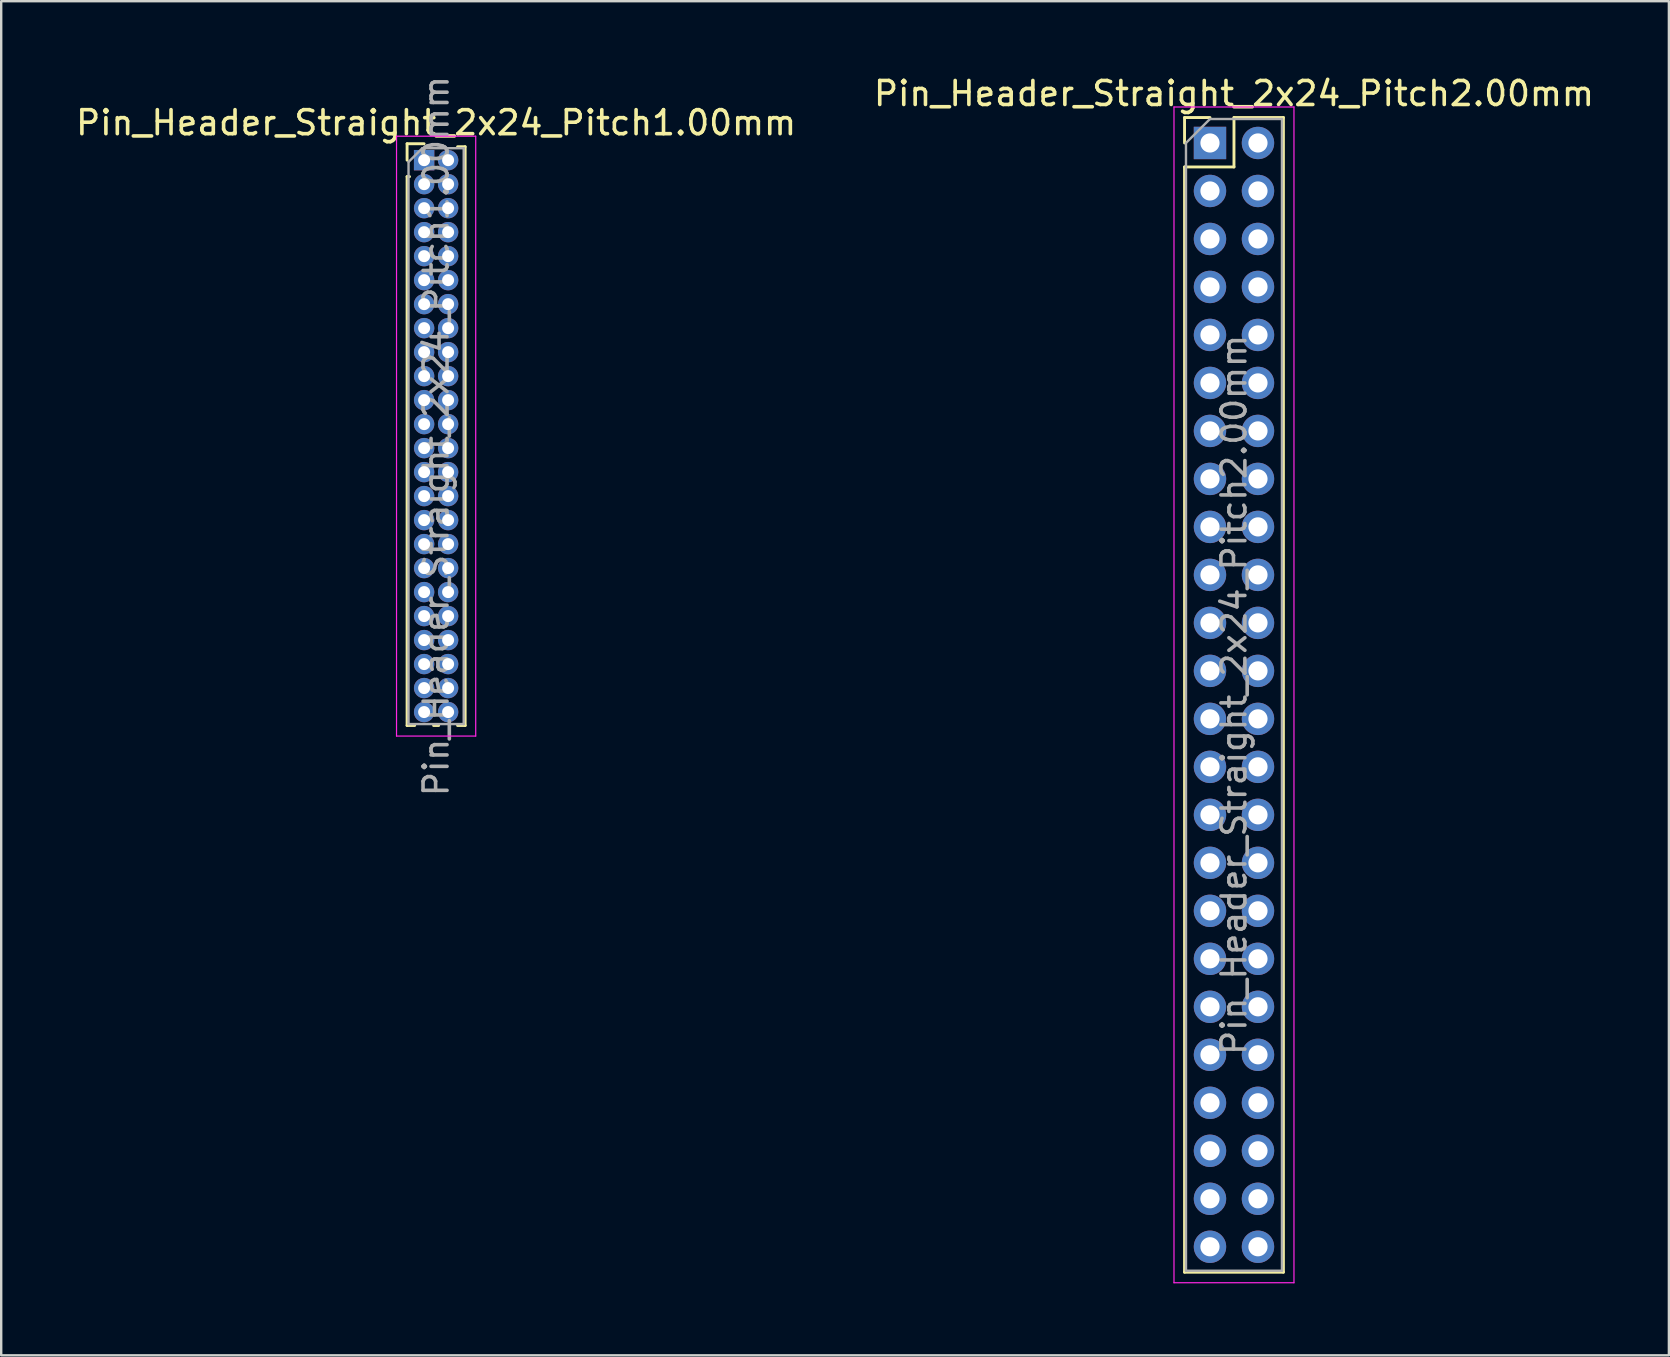
<source format=kicad_pcb>
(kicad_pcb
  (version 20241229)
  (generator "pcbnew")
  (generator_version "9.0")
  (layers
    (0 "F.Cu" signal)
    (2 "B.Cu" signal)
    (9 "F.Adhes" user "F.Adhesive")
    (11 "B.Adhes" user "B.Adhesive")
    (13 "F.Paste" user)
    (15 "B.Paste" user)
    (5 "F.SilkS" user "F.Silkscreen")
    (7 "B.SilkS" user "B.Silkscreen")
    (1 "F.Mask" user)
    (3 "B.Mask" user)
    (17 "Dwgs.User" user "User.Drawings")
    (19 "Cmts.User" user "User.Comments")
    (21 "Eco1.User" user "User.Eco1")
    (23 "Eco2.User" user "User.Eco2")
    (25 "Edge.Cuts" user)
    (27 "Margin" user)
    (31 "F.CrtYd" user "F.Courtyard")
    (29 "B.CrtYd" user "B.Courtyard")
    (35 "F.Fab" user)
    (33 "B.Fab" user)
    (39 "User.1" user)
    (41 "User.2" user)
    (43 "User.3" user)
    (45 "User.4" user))
  (footprint "Pin_Header_Straight_2x24_Pitch2.00mm"
    (layer "F.Cu")
    (at 47.375 2.908)
    (property "Reference" "Pin_Header_Straight_2x24_Pitch2.00mm" (at 1 -2.06 0) (layer "F.SilkS") (effects (font (size 1 1) (thickness 0.15))))
    (attr through_hole)
    (fp_line (start -1.06 -1.06) (end 0 -1.06) (stroke (width 0.12) (type solid)) (layer "F.SilkS"))
    (fp_line (start -1.06 0) (end -1.06 -1.06) (stroke (width 0.12) (type solid)) (layer "F.SilkS"))
    (fp_line (start -1.06 1) (end -1.06 47.06) (stroke (width 0.12) (type solid)) (layer "F.SilkS"))
    (fp_line (start -1.06 1) (end 1 1) (stroke (width 0.12) (type solid)) (layer "F.SilkS"))
    (fp_line (start -1.06 47.06) (end 3.06 47.06) (stroke (width 0.12) (type solid)) (layer "F.SilkS"))
    (fp_line (start 1 -1.06) (end 3.06 -1.06) (stroke (width 0.12) (type solid)) (layer "F.SilkS"))
    (fp_line (start 1 1) (end 1 -1.06) (stroke (width 0.12) (type solid)) (layer "F.SilkS"))
    (fp_line (start 3.06 -1.06) (end 3.06 47.06) (stroke (width 0.12) (type solid)) (layer "F.SilkS"))
    (fp_line (start -1.5 -1.5) (end -1.5 47.5) (stroke (width 0.05) (type solid)) (layer "F.CrtYd"))
    (fp_line (start -1.5 47.5) (end 3.5 47.5) (stroke (width 0.05) (type solid)) (layer "F.CrtYd"))
    (fp_line (start 3.5 -1.5) (end -1.5 -1.5) (stroke (width 0.05) (type solid)) (layer "F.CrtYd"))
    (fp_line (start 3.5 47.5) (end 3.5 -1.5) (stroke (width 0.05) (type solid)) (layer "F.CrtYd"))
    (fp_line (start -1 0) (end 0 -1) (stroke (width 0.1) (type solid)) (layer "F.Fab"))
    (fp_line (start -1 47) (end -1 0) (stroke (width 0.1) (type solid)) (layer "F.Fab"))
    (fp_line (start 0 -1) (end 3 -1) (stroke (width 0.1) (type solid)) (layer "F.Fab"))
    (fp_line (start 3 -1) (end 3 47) (stroke (width 0.1) (type solid)) (layer "F.Fab"))
    (fp_line (start 3 47) (end -1 47) (stroke (width 0.1) (type solid)) (layer "F.Fab"))
    (fp_text user "${REFERENCE}" (at 1 23 90) (layer "F.Fab") (effects (font (size 1 1) (thickness 0.15))))
    (pad "1" thru_hole rect (at 0 0) (size 1.35 1.35) (drill 0.8) (layers "*.Cu" "*.Mask"))
    (pad "2" thru_hole oval (at 2 0) (size 1.35 1.35) (drill 0.8) (layers "*.Cu" "*.Mask"))
    (pad "3" thru_hole oval (at 0 2) (size 1.35 1.35) (drill 0.8) (layers "*.Cu" "*.Mask"))
    (pad "4" thru_hole oval (at 2 2) (size 1.35 1.35) (drill 0.8) (layers "*.Cu" "*.Mask"))
    (pad "5" thru_hole oval (at 0 4) (size 1.35 1.35) (drill 0.8) (layers "*.Cu" "*.Mask"))
    (pad "6" thru_hole oval (at 2 4) (size 1.35 1.35) (drill 0.8) (layers "*.Cu" "*.Mask"))
    (pad "7" thru_hole oval (at 0 6) (size 1.35 1.35) (drill 0.8) (layers "*.Cu" "*.Mask"))
    (pad "8" thru_hole oval (at 2 6) (size 1.35 1.35) (drill 0.8) (layers "*.Cu" "*.Mask"))
    (pad "9" thru_hole oval (at 0 8) (size 1.35 1.35) (drill 0.8) (layers "*.Cu" "*.Mask"))
    (pad "10" thru_hole oval (at 2 8) (size 1.35 1.35) (drill 0.8) (layers "*.Cu" "*.Mask"))
    (pad "11" thru_hole oval (at 0 10) (size 1.35 1.35) (drill 0.8) (layers "*.Cu" "*.Mask"))
    (pad "12" thru_hole oval (at 2 10) (size 1.35 1.35) (drill 0.8) (layers "*.Cu" "*.Mask"))
    (pad "13" thru_hole oval (at 0 12) (size 1.35 1.35) (drill 0.8) (layers "*.Cu" "*.Mask"))
    (pad "14" thru_hole oval (at 2 12) (size 1.35 1.35) (drill 0.8) (layers "*.Cu" "*.Mask"))
    (pad "15" thru_hole oval (at 0 14) (size 1.35 1.35) (drill 0.8) (layers "*.Cu" "*.Mask"))
    (pad "16" thru_hole oval (at 2 14) (size 1.35 1.35) (drill 0.8) (layers "*.Cu" "*.Mask"))
    (pad "17" thru_hole oval (at 0 16) (size 1.35 1.35) (drill 0.8) (layers "*.Cu" "*.Mask"))
    (pad "18" thru_hole oval (at 2 16) (size 1.35 1.35) (drill 0.8) (layers "*.Cu" "*.Mask"))
    (pad "19" thru_hole oval (at 0 18) (size 1.35 1.35) (drill 0.8) (layers "*.Cu" "*.Mask"))
    (pad "20" thru_hole oval (at 2 18) (size 1.35 1.35) (drill 0.8) (layers "*.Cu" "*.Mask"))
    (pad "21" thru_hole oval (at 0 20) (size 1.35 1.35) (drill 0.8) (layers "*.Cu" "*.Mask"))
    (pad "22" thru_hole oval (at 2 20) (size 1.35 1.35) (drill 0.8) (layers "*.Cu" "*.Mask"))
    (pad "23" thru_hole oval (at 0 22) (size 1.35 1.35) (drill 0.8) (layers "*.Cu" "*.Mask"))
    (pad "24" thru_hole oval (at 2 22) (size 1.35 1.35) (drill 0.8) (layers "*.Cu" "*.Mask"))
    (pad "25" thru_hole oval (at 0 24) (size 1.35 1.35) (drill 0.8) (layers "*.Cu" "*.Mask"))
    (pad "26" thru_hole oval (at 2 24) (size 1.35 1.35) (drill 0.8) (layers "*.Cu" "*.Mask"))
    (pad "27" thru_hole oval (at 0 26) (size 1.35 1.35) (drill 0.8) (layers "*.Cu" "*.Mask"))
    (pad "28" thru_hole oval (at 2 26) (size 1.35 1.35) (drill 0.8) (layers "*.Cu" "*.Mask"))
    (pad "29" thru_hole oval (at 0 28) (size 1.35 1.35) (drill 0.8) (layers "*.Cu" "*.Mask"))
    (pad "30" thru_hole oval (at 2 28) (size 1.35 1.35) (drill 0.8) (layers "*.Cu" "*.Mask"))
    (pad "31" thru_hole oval (at 0 30) (size 1.35 1.35) (drill 0.8) (layers "*.Cu" "*.Mask"))
    (pad "32" thru_hole oval (at 2 30) (size 1.35 1.35) (drill 0.8) (layers "*.Cu" "*.Mask"))
    (pad "33" thru_hole oval (at 0 32) (size 1.35 1.35) (drill 0.8) (layers "*.Cu" "*.Mask"))
    (pad "34" thru_hole oval (at 2 32) (size 1.35 1.35) (drill 0.8) (layers "*.Cu" "*.Mask"))
    (pad "35" thru_hole oval (at 0 34) (size 1.35 1.35) (drill 0.8) (layers "*.Cu" "*.Mask"))
    (pad "36" thru_hole oval (at 2 34) (size 1.35 1.35) (drill 0.8) (layers "*.Cu" "*.Mask"))
    (pad "37" thru_hole oval (at 0 36) (size 1.35 1.35) (drill 0.8) (layers "*.Cu" "*.Mask"))
    (pad "38" thru_hole oval (at 2 36) (size 1.35 1.35) (drill 0.8) (layers "*.Cu" "*.Mask"))
    (pad "39" thru_hole oval (at 0 38) (size 1.35 1.35) (drill 0.8) (layers "*.Cu" "*.Mask"))
    (pad "40" thru_hole oval (at 2 38) (size 1.35 1.35) (drill 0.8) (layers "*.Cu" "*.Mask"))
    (pad "41" thru_hole oval (at 0 40) (size 1.35 1.35) (drill 0.8) (layers "*.Cu" "*.Mask"))
    (pad "42" thru_hole oval (at 2 40) (size 1.35 1.35) (drill 0.8) (layers "*.Cu" "*.Mask"))
    (pad "43" thru_hole oval (at 0 42) (size 1.35 1.35) (drill 0.8) (layers "*.Cu" "*.Mask"))
    (pad "44" thru_hole oval (at 2 42) (size 1.35 1.35) (drill 0.8) (layers "*.Cu" "*.Mask"))
    (pad "45" thru_hole oval (at 0 44) (size 1.35 1.35) (drill 0.8) (layers "*.Cu" "*.Mask"))
    (pad "46" thru_hole oval (at 2 44) (size 1.35 1.35) (drill 0.8) (layers "*.Cu" "*.Mask"))
    (pad "47" thru_hole oval (at 0 46) (size 1.35 1.35) (drill 0.8) (layers "*.Cu" "*.Mask"))
    (pad "48" thru_hole oval (at 2 46) (size 1.35 1.35) (drill 0.8) (layers "*.Cu" "*.Mask")))
  (footprint "Pin_Header_Straight_2x24_Pitch1.00mm"
    (layer "F.Cu")
    (at 14.625 3.625)
    (property "Reference" "Pin_Header_Straight_2x24_Pitch1.00mm" (at 0.5 -1.56 0) (layer "F.SilkS") (effects (font (size 1 1) (thickness 0.15))))
    (attr through_hole)
    (fp_line (start -0.71 -0.685) (end 0 -0.685) (stroke (width 0.12) (type solid)) (layer "F.SilkS"))
    (fp_line (start -0.71 0) (end -0.71 -0.685) (stroke (width 0.12) (type solid)) (layer "F.SilkS"))
    (fp_line (start -0.71 0.685) (end -0.71 23.56) (stroke (width 0.12) (type solid)) (layer "F.SilkS"))
    (fp_line (start -0.71 0.685) (end -0.608 0.685) (stroke (width 0.12) (type solid)) (layer "F.SilkS"))
    (fp_line (start -0.71 23.56) (end -0.394 23.56) (stroke (width 0.12) (type solid)) (layer "F.SilkS"))
    (fp_line (start 0.394 23.56) (end 0.606 23.56) (stroke (width 0.12) (type solid)) (layer "F.SilkS"))
    (fp_line (start 1.394 -0.56) (end 1.71 -0.56) (stroke (width 0.12) (type solid)) (layer "F.SilkS"))
    (fp_line (start 1.394 23.56) (end 1.71 23.56) (stroke (width 0.12) (type solid)) (layer "F.SilkS"))
    (fp_line (start 1.71 -0.56) (end 1.71 23.56) (stroke (width 0.12) (type solid)) (layer "F.SilkS"))
    (fp_line (start -1.15 -1) (end -1.15 24) (stroke (width 0.05) (type solid)) (layer "F.CrtYd"))
    (fp_line (start -1.15 24) (end 2.15 24) (stroke (width 0.05) (type solid)) (layer "F.CrtYd"))
    (fp_line (start 2.15 -1) (end -1.15 -1) (stroke (width 0.05) (type solid)) (layer "F.CrtYd"))
    (fp_line (start 2.15 24) (end 2.15 -1) (stroke (width 0.05) (type solid)) (layer "F.CrtYd"))
    (fp_line (start -0.65 0.075) (end -0.075 -0.5) (stroke (width 0.1) (type solid)) (layer "F.Fab"))
    (fp_line (start -0.65 23.5) (end -0.65 0.075) (stroke (width 0.1) (type solid)) (layer "F.Fab"))
    (fp_line (start -0.075 -0.5) (end 1.65 -0.5) (stroke (width 0.1) (type solid)) (layer "F.Fab"))
    (fp_line (start 1.65 -0.5) (end 1.65 23.5) (stroke (width 0.1) (type solid)) (layer "F.Fab"))
    (fp_line (start 1.65 23.5) (end -0.65 23.5) (stroke (width 0.1) (type solid)) (layer "F.Fab"))
    (fp_text user "${REFERENCE}" (at 0.5 11.5 90) (layer "F.Fab") (effects (font (size 1 1) (thickness 0.15))))
    (pad "1" thru_hole rect (at 0 0) (size 0.85 0.85) (drill 0.5) (layers "*.Cu" "*.Mask"))
    (pad "2" thru_hole oval (at 1 0) (size 0.85 0.85) (drill 0.5) (layers "*.Cu" "*.Mask"))
    (pad "3" thru_hole oval (at 0 1) (size 0.85 0.85) (drill 0.5) (layers "*.Cu" "*.Mask"))
    (pad "4" thru_hole oval (at 1 1) (size 0.85 0.85) (drill 0.5) (layers "*.Cu" "*.Mask"))
    (pad "5" thru_hole oval (at 0 2) (size 0.85 0.85) (drill 0.5) (layers "*.Cu" "*.Mask"))
    (pad "6" thru_hole oval (at 1 2) (size 0.85 0.85) (drill 0.5) (layers "*.Cu" "*.Mask"))
    (pad "7" thru_hole oval (at 0 3) (size 0.85 0.85) (drill 0.5) (layers "*.Cu" "*.Mask"))
    (pad "8" thru_hole oval (at 1 3) (size 0.85 0.85) (drill 0.5) (layers "*.Cu" "*.Mask"))
    (pad "9" thru_hole oval (at 0 4) (size 0.85 0.85) (drill 0.5) (layers "*.Cu" "*.Mask"))
    (pad "10" thru_hole oval (at 1 4) (size 0.85 0.85) (drill 0.5) (layers "*.Cu" "*.Mask"))
    (pad "11" thru_hole oval (at 0 5) (size 0.85 0.85) (drill 0.5) (layers "*.Cu" "*.Mask"))
    (pad "12" thru_hole oval (at 1 5) (size 0.85 0.85) (drill 0.5) (layers "*.Cu" "*.Mask"))
    (pad "13" thru_hole oval (at 0 6) (size 0.85 0.85) (drill 0.5) (layers "*.Cu" "*.Mask"))
    (pad "14" thru_hole oval (at 1 6) (size 0.85 0.85) (drill 0.5) (layers "*.Cu" "*.Mask"))
    (pad "15" thru_hole oval (at 0 7) (size 0.85 0.85) (drill 0.5) (layers "*.Cu" "*.Mask"))
    (pad "16" thru_hole oval (at 1 7) (size 0.85 0.85) (drill 0.5) (layers "*.Cu" "*.Mask"))
    (pad "17" thru_hole oval (at 0 8) (size 0.85 0.85) (drill 0.5) (layers "*.Cu" "*.Mask"))
    (pad "18" thru_hole oval (at 1 8) (size 0.85 0.85) (drill 0.5) (layers "*.Cu" "*.Mask"))
    (pad "19" thru_hole oval (at 0 9) (size 0.85 0.85) (drill 0.5) (layers "*.Cu" "*.Mask"))
    (pad "20" thru_hole oval (at 1 9) (size 0.85 0.85) (drill 0.5) (layers "*.Cu" "*.Mask"))
    (pad "21" thru_hole oval (at 0 10) (size 0.85 0.85) (drill 0.5) (layers "*.Cu" "*.Mask"))
    (pad "22" thru_hole oval (at 1 10) (size 0.85 0.85) (drill 0.5) (layers "*.Cu" "*.Mask"))
    (pad "23" thru_hole oval (at 0 11) (size 0.85 0.85) (drill 0.5) (layers "*.Cu" "*.Mask"))
    (pad "24" thru_hole oval (at 1 11) (size 0.85 0.85) (drill 0.5) (layers "*.Cu" "*.Mask"))
    (pad "25" thru_hole oval (at 0 12) (size 0.85 0.85) (drill 0.5) (layers "*.Cu" "*.Mask"))
    (pad "26" thru_hole oval (at 1 12) (size 0.85 0.85) (drill 0.5) (layers "*.Cu" "*.Mask"))
    (pad "27" thru_hole oval (at 0 13) (size 0.85 0.85) (drill 0.5) (layers "*.Cu" "*.Mask"))
    (pad "28" thru_hole oval (at 1 13) (size 0.85 0.85) (drill 0.5) (layers "*.Cu" "*.Mask"))
    (pad "29" thru_hole oval (at 0 14) (size 0.85 0.85) (drill 0.5) (layers "*.Cu" "*.Mask"))
    (pad "30" thru_hole oval (at 1 14) (size 0.85 0.85) (drill 0.5) (layers "*.Cu" "*.Mask"))
    (pad "31" thru_hole oval (at 0 15) (size 0.85 0.85) (drill 0.5) (layers "*.Cu" "*.Mask"))
    (pad "32" thru_hole oval (at 1 15) (size 0.85 0.85) (drill 0.5) (layers "*.Cu" "*.Mask"))
    (pad "33" thru_hole oval (at 0 16) (size 0.85 0.85) (drill 0.5) (layers "*.Cu" "*.Mask"))
    (pad "34" thru_hole oval (at 1 16) (size 0.85 0.85) (drill 0.5) (layers "*.Cu" "*.Mask"))
    (pad "35" thru_hole oval (at 0 17) (size 0.85 0.85) (drill 0.5) (layers "*.Cu" "*.Mask"))
    (pad "36" thru_hole oval (at 1 17) (size 0.85 0.85) (drill 0.5) (layers "*.Cu" "*.Mask"))
    (pad "37" thru_hole oval (at 0 18) (size 0.85 0.85) (drill 0.5) (layers "*.Cu" "*.Mask"))
    (pad "38" thru_hole oval (at 1 18) (size 0.85 0.85) (drill 0.5) (layers "*.Cu" "*.Mask"))
    (pad "39" thru_hole oval (at 0 19) (size 0.85 0.85) (drill 0.5) (layers "*.Cu" "*.Mask"))
    (pad "40" thru_hole oval (at 1 19) (size 0.85 0.85) (drill 0.5) (layers "*.Cu" "*.Mask"))
    (pad "41" thru_hole oval (at 0 20) (size 0.85 0.85) (drill 0.5) (layers "*.Cu" "*.Mask"))
    (pad "42" thru_hole oval (at 1 20) (size 0.85 0.85) (drill 0.5) (layers "*.Cu" "*.Mask"))
    (pad "43" thru_hole oval (at 0 21) (size 0.85 0.85) (drill 0.5) (layers "*.Cu" "*.Mask"))
    (pad "44" thru_hole oval (at 1 21) (size 0.85 0.85) (drill 0.5) (layers "*.Cu" "*.Mask"))
    (pad "45" thru_hole oval (at 0 22) (size 0.85 0.85) (drill 0.5) (layers "*.Cu" "*.Mask"))
    (pad "46" thru_hole oval (at 1 22) (size 0.85 0.85) (drill 0.5) (layers "*.Cu" "*.Mask"))
    (pad "47" thru_hole oval (at 0 23) (size 0.85 0.85) (drill 0.5) (layers "*.Cu" "*.Mask"))
    (pad "48" thru_hole oval (at 1 23) (size 0.85 0.85) (drill 0.5) (layers "*.Cu" "*.Mask")))
  (gr_rect
    (start -3 -3)
    (end 66.5 53.433)
    (stroke (width 0.1) (type default))
    (fill no)
    (layer "Edge.Cuts")))
</source>
